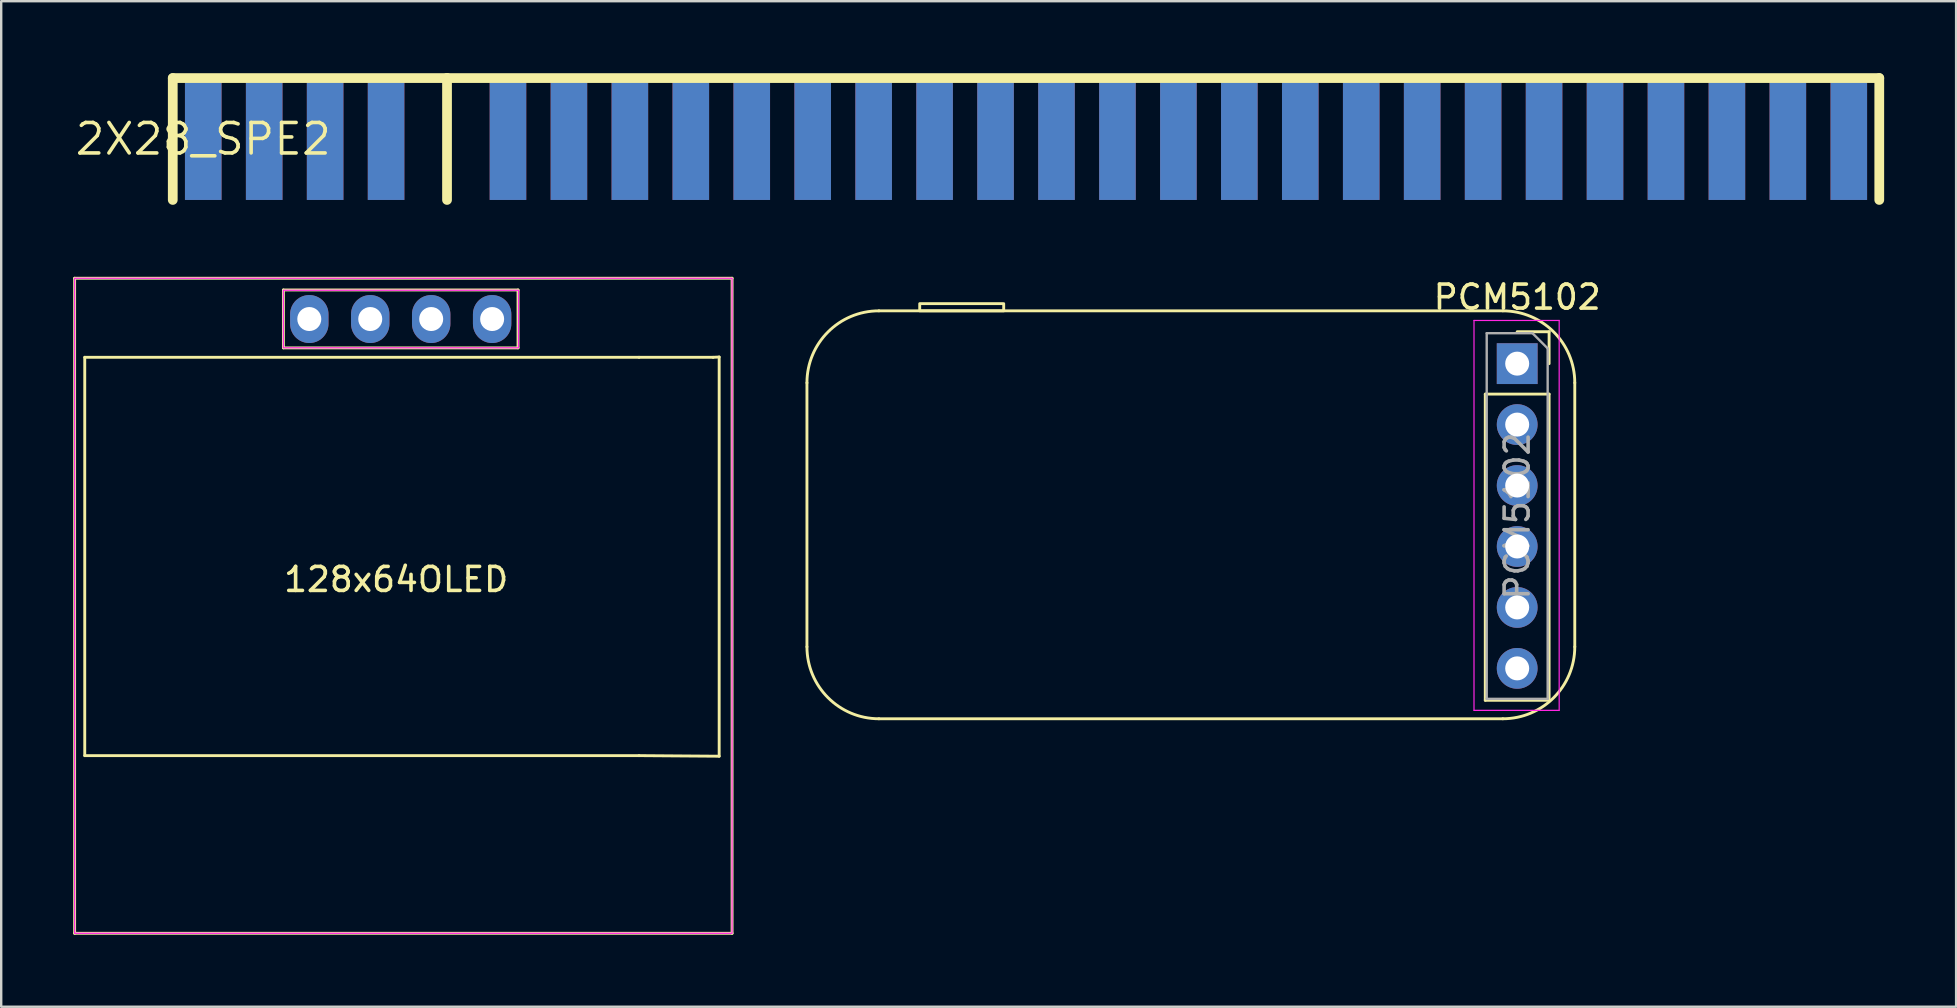
<source format=kicad_pcb>
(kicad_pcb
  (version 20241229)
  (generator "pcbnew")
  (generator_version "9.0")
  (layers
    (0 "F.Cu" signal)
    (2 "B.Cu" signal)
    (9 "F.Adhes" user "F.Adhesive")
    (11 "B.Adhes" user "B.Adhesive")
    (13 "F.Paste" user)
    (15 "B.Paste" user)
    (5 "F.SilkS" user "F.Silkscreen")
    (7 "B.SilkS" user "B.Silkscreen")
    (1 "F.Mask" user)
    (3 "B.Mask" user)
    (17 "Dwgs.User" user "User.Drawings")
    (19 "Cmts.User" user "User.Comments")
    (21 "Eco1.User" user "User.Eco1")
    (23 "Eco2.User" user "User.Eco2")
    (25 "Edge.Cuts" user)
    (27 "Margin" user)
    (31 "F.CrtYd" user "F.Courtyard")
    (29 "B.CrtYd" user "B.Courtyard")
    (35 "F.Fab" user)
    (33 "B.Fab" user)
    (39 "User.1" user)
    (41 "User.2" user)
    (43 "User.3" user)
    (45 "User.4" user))
  (footprint "128x64OLED"
    (layer "F.Cu")
    (at 13.46 20.846)
    (property "Reference" "128x64OLED" (at 0 0.254 0) (layer "F.SilkS") (effects (font (size 1 1) (thickness 0.15))))
    (attr through_hole)
    (fp_line (start -13.4 -12.3) (end 14 -12.3) (stroke (width 0.12) (type solid)) (layer "F.SilkS"))
    (fp_line (start -13.4 15) (end -13.4 -12.3) (stroke (width 0.12) (type solid)) (layer "F.SilkS"))
    (fp_line (start -12.978 -9.005) (end 10.122 -9.005) (stroke (width 0.12) (type solid)) (layer "F.SilkS"))
    (fp_line (start -12.978 7.595) (end -12.978 -9.005) (stroke (width 0.12) (type solid)) (layer "F.SilkS"))
    (fp_line (start -4.699 -11.811) (end -4.699 -9.398) (stroke (width 0.12) (type solid)) (layer "F.SilkS"))
    (fp_line (start -4.699 -11.811) (end 5.08 -11.811) (stroke (width 0.12) (type solid)) (layer "F.SilkS"))
    (fp_line (start 5.08 -11.811) (end 5.08 -9.398) (stroke (width 0.12) (type solid)) (layer "F.SilkS"))
    (fp_line (start 5.08 -9.398) (end -4.699 -9.398) (stroke (width 0.12) (type solid)) (layer "F.SilkS"))
    (fp_line (start 10.122 -9.005) (end 13.208 -9.005) (stroke (width 0.12) (type solid)) (layer "F.SilkS"))
    (fp_line (start 10.122 7.595) (end -12.978 7.595) (stroke (width 0.12) (type solid)) (layer "F.SilkS"))
    (fp_line (start 10.122 7.595) (end 13.462 7.62) (stroke (width 0.12) (type solid)) (layer "F.SilkS"))
    (fp_line (start 13.462 -9.017) (end 13.208 -9.005) (stroke (width 0.12) (type solid)) (layer "F.SilkS"))
    (fp_line (start 13.462 7.62) (end 13.462 -9.017) (stroke (width 0.12) (type solid)) (layer "F.SilkS"))
    (fp_line (start 14 -12.3) (end 14 15) (stroke (width 0.12) (type solid)) (layer "F.SilkS"))
    (fp_line (start 14 15) (end -13.4 15) (stroke (width 0.12) (type solid)) (layer "F.SilkS"))
    (fp_rect (start -13.4 -12.3) (end 14 15) (stroke (width 0.05) (type solid)) (fill no) (layer "F.CrtYd"))
    (fp_rect (start -4.7 -11.8) (end 5.1 -9.4) (stroke (width 0.05) (type solid)) (fill no) (layer "F.CrtYd"))
    (pad "1" thru_hole oval (at -3.62 -10.6 90) (size 2 1.6) (drill 1) (layers "*.Cu" "*.Mask"))
    (pad "2" thru_hole oval (at -1.08 -10.6 90) (size 2 1.6) (drill 1) (layers "*.Cu" "*.Mask"))
    (pad "3" thru_hole oval (at 1.46 -10.6 90) (size 2 1.6) (drill 1) (layers "*.Cu" "*.Mask"))
    (pad "4" thru_hole oval (at 4 -10.6 90) (size 2 1.6) (drill 1) (layers "*.Cu" "*.Mask")))
  (footprint "2X28_SPE2"
    (layer "F.Cu")
    (at 5.42 2.743)
    (property "Reference" "2X28_SPE2" (at 0 0 0) (layer "F.SilkS") (effects (font (size 1.27 1.27) (thickness 0.15))))
    (fp_line (start -1.27 -2.54) (end -1.27 2.54) (stroke (width 0.406) (type solid)) (layer "F.SilkS"))
    (fp_line (start 10.16 -2.54) (end -1.27 -2.54) (stroke (width 0.406) (type solid)) (layer "F.SilkS"))
    (fp_line (start 10.16 -2.54) (end 10.16 2.54) (stroke (width 0.406) (type solid)) (layer "F.SilkS"))
    (fp_line (start 69.85 -2.54) (end 10.16 -2.54) (stroke (width 0.406) (type solid)) (layer "F.SilkS"))
    (fp_line (start 69.85 2.54) (end 69.85 -2.54) (stroke (width 0.406) (type solid)) (layer "F.SilkS"))
    (pad "A1" smd rect (at 0 0) (size 1.524 5.08) (layers "B.Cu" "B.Mask" "B.Paste"))
    (pad "A2" smd rect (at 2.54 0) (size 1.524 5.08) (layers "B.Cu" "B.Mask" "B.Paste"))
    (pad "A3" smd rect (at 5.08 0) (size 1.524 5.08) (layers "B.Cu" "B.Mask" "B.Paste"))
    (pad "A4" smd rect (at 7.62 0) (size 1.524 5.08) (layers "B.Cu" "B.Mask" "B.Paste"))
    (pad "A6" smd rect (at 12.7 0) (size 1.524 5.08) (layers "B.Cu" "B.Mask" "B.Paste"))
    (pad "A7" smd rect (at 15.24 0) (size 1.524 5.08) (layers "B.Cu" "B.Mask" "B.Paste"))
    (pad "A8" smd rect (at 17.78 0) (size 1.524 5.08) (layers "B.Cu" "B.Mask" "B.Paste"))
    (pad "A9" smd rect (at 20.32 0) (size 1.524 5.08) (layers "B.Cu" "B.Mask" "B.Paste"))
    (pad "A10" smd rect (at 22.86 0) (size 1.524 5.08) (layers "B.Cu" "B.Mask" "B.Paste"))
    (pad "A11" smd rect (at 25.4 0) (size 1.524 5.08) (layers "B.Cu" "B.Mask" "B.Paste"))
    (pad "A12" smd rect (at 27.94 0) (size 1.524 5.08) (layers "B.Cu" "B.Mask" "B.Paste"))
    (pad "A13" smd rect (at 30.48 0) (size 1.524 5.08) (layers "B.Cu" "B.Mask" "B.Paste"))
    (pad "A14" smd rect (at 33.02 0) (size 1.524 5.08) (layers "B.Cu" "B.Mask" "B.Paste"))
    (pad "A15" smd rect (at 35.56 0) (size 1.524 5.08) (layers "B.Cu" "B.Mask" "B.Paste"))
    (pad "A16" smd rect (at 38.1 0) (size 1.524 5.08) (layers "B.Cu" "B.Mask" "B.Paste"))
    (pad "A17" smd rect (at 40.64 0) (size 1.524 5.08) (layers "B.Cu" "B.Mask" "B.Paste"))
    (pad "A18" smd rect (at 43.18 0) (size 1.524 5.08) (layers "B.Cu" "B.Mask" "B.Paste"))
    (pad "A19" smd rect (at 45.72 0) (size 1.524 5.08) (layers "B.Cu" "B.Mask" "B.Paste"))
    (pad "A20" smd rect (at 48.26 0) (size 1.524 5.08) (layers "B.Cu" "B.Mask" "B.Paste"))
    (pad "A21" smd rect (at 50.8 0) (size 1.524 5.08) (layers "B.Cu" "B.Mask" "B.Paste"))
    (pad "A22" smd rect (at 53.34 0) (size 1.524 5.08) (layers "B.Cu" "B.Mask" "B.Paste"))
    (pad "A23" smd rect (at 55.88 0) (size 1.524 5.08) (layers "B.Cu" "B.Mask" "B.Paste"))
    (pad "A24" smd rect (at 58.42 0) (size 1.524 5.08) (layers "B.Cu" "B.Mask" "B.Paste"))
    (pad "A25" smd rect (at 60.96 0) (size 1.524 5.08) (layers "B.Cu" "B.Mask" "B.Paste"))
    (pad "A26" smd rect (at 63.5 0) (size 1.524 5.08) (layers "B.Cu" "B.Mask" "B.Paste"))
    (pad "A27" smd rect (at 66.04 0) (size 1.524 5.08) (layers "B.Cu" "B.Mask" "B.Paste"))
    (pad "A28" smd rect (at 68.58 0) (size 1.524 5.08) (layers "B.Cu" "B.Mask" "B.Paste"))
    (pad "B1" smd rect (at 0 0) (size 1.524 5.08) (layers "F.Cu" "F.Mask" "F.Paste"))
    (pad "B2" smd rect (at 2.54 0) (size 1.524 5.08) (layers "F.Cu" "F.Mask" "F.Paste"))
    (pad "B3" smd rect (at 5.08 0) (size 1.524 5.08) (layers "F.Cu" "F.Mask" "F.Paste"))
    (pad "B4" smd rect (at 7.62 0) (size 1.524 5.08) (layers "F.Cu" "F.Mask" "F.Paste"))
    (pad "B6" smd rect (at 12.7 0) (size 1.524 5.08) (layers "F.Cu" "F.Mask" "F.Paste"))
    (pad "B7" smd rect (at 15.24 0) (size 1.524 5.08) (layers "F.Cu" "F.Mask" "F.Paste"))
    (pad "B8" smd rect (at 17.78 0) (size 1.524 5.08) (layers "F.Cu" "F.Mask" "F.Paste"))
    (pad "B9" smd rect (at 20.32 0) (size 1.524 5.08) (layers "F.Cu" "F.Mask" "F.Paste"))
    (pad "B10" smd rect (at 22.86 0) (size 1.524 5.08) (layers "F.Cu" "F.Mask" "F.Paste"))
    (pad "B11" smd rect (at 25.4 0) (size 1.524 5.08) (layers "F.Cu" "F.Mask" "F.Paste"))
    (pad "B12" smd rect (at 27.94 0) (size 1.524 5.08) (layers "F.Cu" "F.Mask" "F.Paste"))
    (pad "B13" smd rect (at 30.48 0) (size 1.524 5.08) (layers "F.Cu" "F.Mask" "F.Paste"))
    (pad "B14" smd rect (at 33.02 0) (size 1.524 5.08) (layers "F.Cu" "F.Mask" "F.Paste"))
    (pad "B15" smd rect (at 35.56 0) (size 1.524 5.08) (layers "F.Cu" "F.Mask" "F.Paste"))
    (pad "B16" smd rect (at 38.1 0) (size 1.524 5.08) (layers "F.Cu" "F.Mask" "F.Paste"))
    (pad "B17" smd rect (at 40.64 0) (size 1.524 5.08) (layers "F.Cu" "F.Mask" "F.Paste"))
    (pad "B18" smd rect (at 43.18 0) (size 1.524 5.08) (layers "F.Cu" "F.Mask" "F.Paste"))
    (pad "B19" smd rect (at 45.72 0) (size 1.524 5.08) (layers "F.Cu" "F.Mask" "F.Paste"))
    (pad "B20" smd rect (at 48.26 0) (size 1.524 5.08) (layers "F.Cu" "F.Mask" "F.Paste"))
    (pad "B21" smd rect (at 50.8 0) (size 1.524 5.08) (layers "F.Cu" "F.Mask" "F.Paste"))
    (pad "B22" smd rect (at 53.34 0) (size 1.524 5.08) (layers "F.Cu" "F.Mask" "F.Paste"))
    (pad "B23" smd rect (at 55.88 0) (size 1.524 5.08) (layers "F.Cu" "F.Mask" "F.Paste"))
    (pad "B24" smd rect (at 58.42 0) (size 1.524 5.08) (layers "F.Cu" "F.Mask" "F.Paste"))
    (pad "B25" smd rect (at 60.96 0) (size 1.524 5.08) (layers "F.Cu" "F.Mask" "F.Paste"))
    (pad "B26" smd rect (at 63.5 0) (size 1.524 5.08) (layers "F.Cu" "F.Mask" "F.Paste"))
    (pad "B27" smd rect (at 66.04 0) (size 1.524 5.08) (layers "F.Cu" "F.Mask" "F.Paste"))
    (pad "B28" smd rect (at 68.58 0) (size 1.524 5.08) (layers "F.Cu" "F.Mask" "F.Paste")))
  (footprint "PCM5102"
    (layer "F.Cu")
    (at 60.18 12.105)
    (property "Reference" "PCM5102" (at 0 -2.77 0) (layer "F.SilkS") (effects (font (size 1 1) (thickness 0.15))))
    (attr through_hole)
    (fp_line (start -29.6 0.8) (end -29.6 11.8) (stroke (width 0.12) (type solid)) (layer "F.SilkS"))
    (fp_line (start -26.6 14.8) (end -0.6 14.8) (stroke (width 0.12) (type solid)) (layer "F.SilkS"))
    (fp_line (start -1.33 1.27) (end -1.33 14.03) (stroke (width 0.12) (type solid)) (layer "F.SilkS"))
    (fp_line (start -1.33 1.27) (end 1.33 1.27) (stroke (width 0.12) (type solid)) (layer "F.SilkS"))
    (fp_line (start -1.33 14.03) (end 1.33 14.03) (stroke (width 0.12) (type solid)) (layer "F.SilkS"))
    (fp_line (start -0.6 -2.2) (end -26.6 -2.2) (stroke (width 0.12) (type solid)) (layer "F.SilkS"))
    (fp_line (start 0 -1.33) (end 1.33 -1.33) (stroke (width 0.12) (type solid)) (layer "F.SilkS"))
    (fp_line (start 1.33 -1.33) (end 1.33 0) (stroke (width 0.12) (type solid)) (layer "F.SilkS"))
    (fp_line (start 1.33 1.27) (end 1.33 14.03) (stroke (width 0.12) (type solid)) (layer "F.SilkS"))
    (fp_line (start 2.4 11.8) (end 2.4 0.8) (stroke (width 0.12) (type solid)) (layer "F.SilkS"))
    (fp_rect (start -24.9 -2.2) (end -21.4 -2.5) (stroke (width 0.12) (type solid)) (fill no) (layer "F.SilkS"))
    (fp_arc (start -29.6 0.79968) (mid -28.72132 -1.32164) (end -26.6 -2.20032) (stroke (width 0.12) (type solid)) (layer "F.SilkS"))
    (fp_arc (start -26.6 14.8) (mid -28.72132 13.92132) (end -29.6 11.8) (stroke (width 0.12) (type solid)) (layer "F.SilkS"))
    (fp_arc (start -0.6 -2.20032) (mid 1.52132 -1.32164) (end 2.4 0.79968) (stroke (width 0.12) (type solid)) (layer "F.SilkS"))
    (fp_arc (start 2.4 11.8) (mid 1.52132 13.92132) (end -0.6 14.8) (stroke (width 0.12) (type solid)) (layer "F.SilkS"))
    (fp_line (start -1.8 -1.8) (end 1.75 -1.8) (stroke (width 0.05) (type solid)) (layer "F.CrtYd"))
    (fp_line (start -1.8 14.45) (end -1.8 -1.8) (stroke (width 0.05) (type solid)) (layer "F.CrtYd"))
    (fp_line (start 1.75 -1.8) (end 1.75 14.45) (stroke (width 0.05) (type solid)) (layer "F.CrtYd"))
    (fp_line (start 1.75 14.45) (end -1.8 14.45) (stroke (width 0.05) (type solid)) (layer "F.CrtYd"))
    (fp_line (start -1.27 -1.27) (end 0.635 -1.27) (stroke (width 0.1) (type solid)) (layer "F.Fab"))
    (fp_line (start -1.27 13.97) (end -1.27 -1.27) (stroke (width 0.1) (type solid)) (layer "F.Fab"))
    (fp_line (start 0.635 -1.27) (end 1.27 -0.635) (stroke (width 0.1) (type solid)) (layer "F.Fab"))
    (fp_line (start 1.27 -0.635) (end 1.27 13.97) (stroke (width 0.1) (type solid)) (layer "F.Fab"))
    (fp_line (start 1.27 13.97) (end -1.27 13.97) (stroke (width 0.1) (type solid)) (layer "F.Fab"))
    (fp_text user "${REFERENCE}" (at 0 6.35 90) (layer "F.Fab") (effects (font (size 1 1) (thickness 0.15))))
    (pad "1" thru_hole rect (at 0 0) (size 1.7 1.7) (drill 1) (layers "*.Cu" "*.Mask"))
    (pad "2" thru_hole oval (at 0 2.54) (size 1.7 1.7) (drill 1) (layers "*.Cu" "*.Mask"))
    (pad "3" thru_hole oval (at 0 5.08) (size 1.7 1.7) (drill 1) (layers "*.Cu" "*.Mask"))
    (pad "4" thru_hole oval (at 0 7.62) (size 1.7 1.7) (drill 1) (layers "*.Cu" "*.Mask"))
    (pad "5" thru_hole oval (at 0 10.16) (size 1.7 1.7) (drill 1) (layers "*.Cu" "*.Mask"))
    (pad "6" thru_hole oval (at 0 12.7) (size 1.7 1.7) (drill 1) (layers "*.Cu" "*.Mask")))
  (gr_rect
    (start -3 -3)
    (end 78.473 38.906)
    (stroke (width 0.1) (type default))
    (fill no)
    (layer "Edge.Cuts")))
</source>
